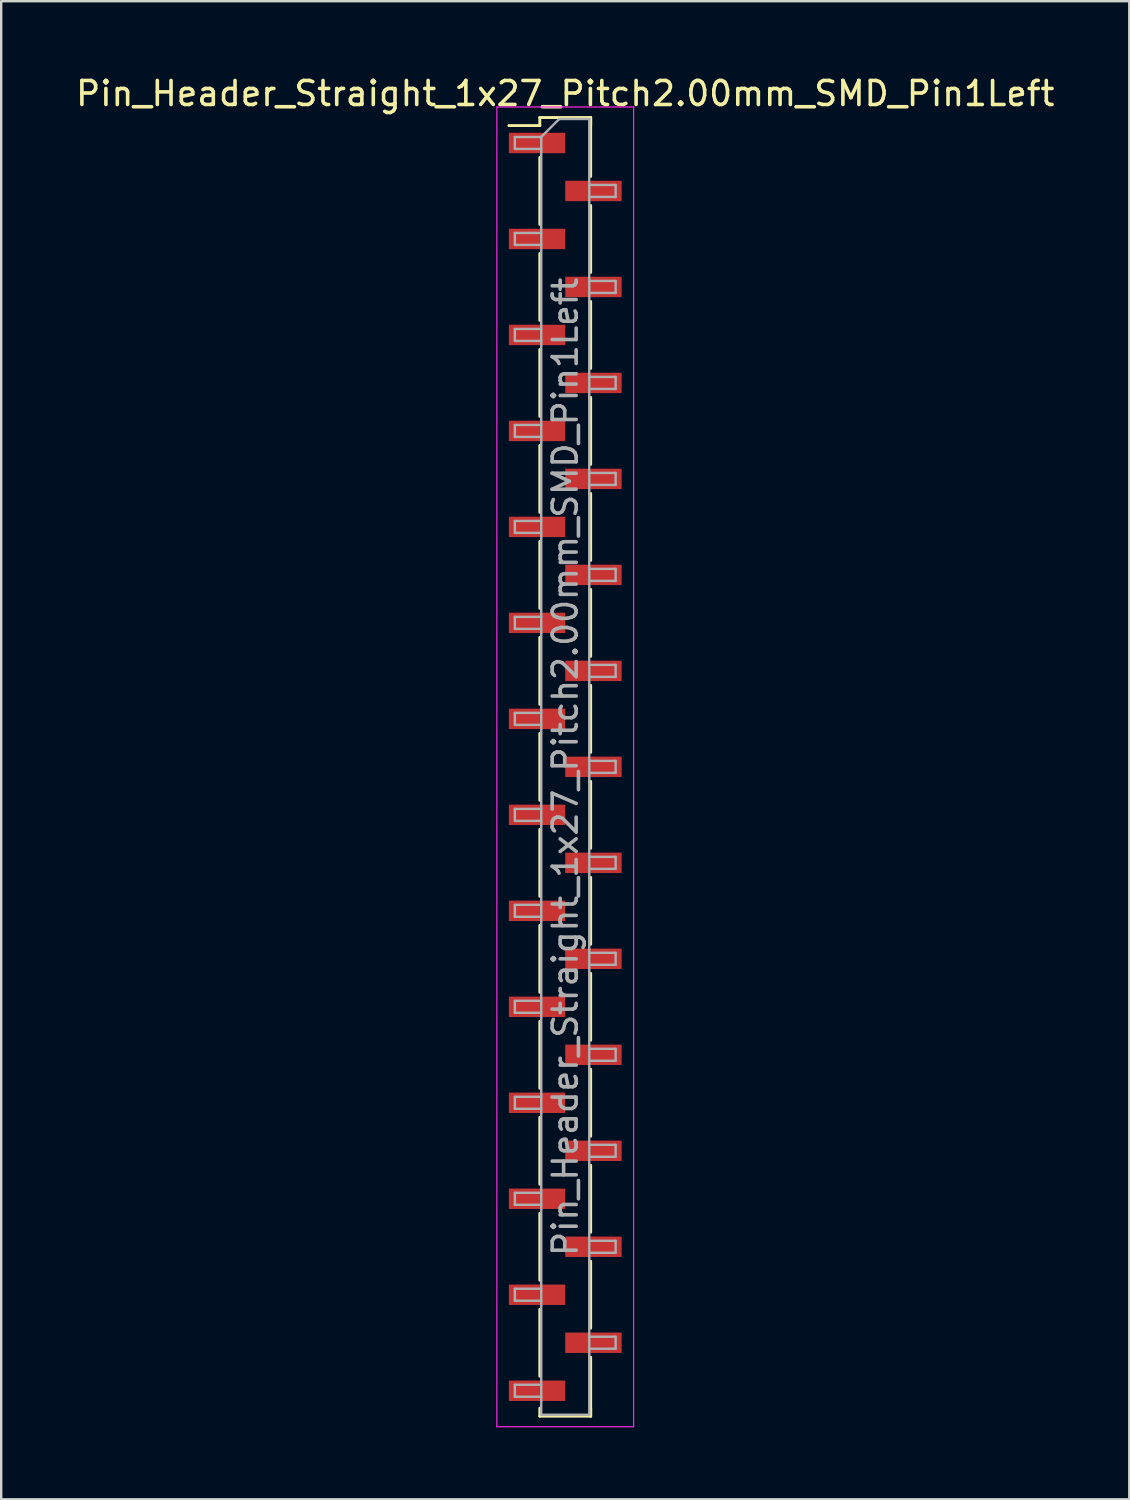
<source format=kicad_pcb>
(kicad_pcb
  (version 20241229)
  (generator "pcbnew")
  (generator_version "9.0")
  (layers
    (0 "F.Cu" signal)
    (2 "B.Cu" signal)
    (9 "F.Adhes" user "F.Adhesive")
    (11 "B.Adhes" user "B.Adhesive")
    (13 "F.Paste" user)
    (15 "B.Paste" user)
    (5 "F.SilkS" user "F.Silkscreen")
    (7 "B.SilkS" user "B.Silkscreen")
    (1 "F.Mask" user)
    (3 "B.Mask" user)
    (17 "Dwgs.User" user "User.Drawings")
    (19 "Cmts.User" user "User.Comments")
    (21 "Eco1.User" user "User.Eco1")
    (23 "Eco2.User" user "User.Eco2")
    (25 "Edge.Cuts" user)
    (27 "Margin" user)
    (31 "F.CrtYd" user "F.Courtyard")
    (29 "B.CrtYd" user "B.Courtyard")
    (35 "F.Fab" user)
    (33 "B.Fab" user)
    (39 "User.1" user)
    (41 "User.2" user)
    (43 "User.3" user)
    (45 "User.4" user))
  (footprint "Pin_Header_Straight_1x27_Pitch2.00mm_SMD_Pin1Left"
    (layer "F.Cu")
    (at 20.506 28.908)
    (property "Reference" "Pin_Header_Straight_1x27_Pitch2.00mm_SMD_Pin1Left" (at 0 -28.06 0) (layer "F.SilkS") (effects (font (size 1 1) (thickness 0.15))))
    (attr smd)
    (fp_line (start -1.06 -27.06) (end 1.06 -27.06) (stroke (width 0.12) (type solid)) (layer "F.SilkS"))
    (fp_line (start -1.06 -26.725) (end -2.35 -26.725) (stroke (width 0.12) (type solid)) (layer "F.SilkS"))
    (fp_line (start -1.06 -26.725) (end -1.06 -27.06) (stroke (width 0.12) (type solid)) (layer "F.SilkS"))
    (fp_line (start -1.06 -25.395) (end -1.06 -22.605) (stroke (width 0.12) (type solid)) (layer "F.SilkS"))
    (fp_line (start -1.06 -21.395) (end -1.06 -18.605) (stroke (width 0.12) (type solid)) (layer "F.SilkS"))
    (fp_line (start -1.06 -17.395) (end -1.06 -14.605) (stroke (width 0.12) (type solid)) (layer "F.SilkS"))
    (fp_line (start -1.06 -13.395) (end -1.06 -10.605) (stroke (width 0.12) (type solid)) (layer "F.SilkS"))
    (fp_line (start -1.06 -9.395) (end -1.06 -6.605) (stroke (width 0.12) (type solid)) (layer "F.SilkS"))
    (fp_line (start -1.06 -5.395) (end -1.06 -2.605) (stroke (width 0.12) (type solid)) (layer "F.SilkS"))
    (fp_line (start -1.06 -1.395) (end -1.06 1.395) (stroke (width 0.12) (type solid)) (layer "F.SilkS"))
    (fp_line (start -1.06 2.605) (end -1.06 5.395) (stroke (width 0.12) (type solid)) (layer "F.SilkS"))
    (fp_line (start -1.06 6.605) (end -1.06 9.395) (stroke (width 0.12) (type solid)) (layer "F.SilkS"))
    (fp_line (start -1.06 10.605) (end -1.06 13.395) (stroke (width 0.12) (type solid)) (layer "F.SilkS"))
    (fp_line (start -1.06 14.605) (end -1.06 17.395) (stroke (width 0.12) (type solid)) (layer "F.SilkS"))
    (fp_line (start -1.06 18.605) (end -1.06 21.395) (stroke (width 0.12) (type solid)) (layer "F.SilkS"))
    (fp_line (start -1.06 22.605) (end -1.06 25.395) (stroke (width 0.12) (type solid)) (layer "F.SilkS"))
    (fp_line (start -1.06 26.725) (end -1.06 27.06) (stroke (width 0.12) (type solid)) (layer "F.SilkS"))
    (fp_line (start -1.06 27.06) (end 1.06 27.06) (stroke (width 0.12) (type solid)) (layer "F.SilkS"))
    (fp_line (start 1.06 -27.06) (end 1.06 -26.725) (stroke (width 0.12) (type solid)) (layer "F.SilkS"))
    (fp_line (start 1.06 -27.06) (end 1.06 -24.605) (stroke (width 0.12) (type solid)) (layer "F.SilkS"))
    (fp_line (start 1.06 -23.395) (end 1.06 -20.605) (stroke (width 0.12) (type solid)) (layer "F.SilkS"))
    (fp_line (start 1.06 -19.395) (end 1.06 -16.605) (stroke (width 0.12) (type solid)) (layer "F.SilkS"))
    (fp_line (start 1.06 -15.395) (end 1.06 -12.605) (stroke (width 0.12) (type solid)) (layer "F.SilkS"))
    (fp_line (start 1.06 -11.395) (end 1.06 -8.605) (stroke (width 0.12) (type solid)) (layer "F.SilkS"))
    (fp_line (start 1.06 -7.395) (end 1.06 -4.605) (stroke (width 0.12) (type solid)) (layer "F.SilkS"))
    (fp_line (start 1.06 -3.395) (end 1.06 -0.605) (stroke (width 0.12) (type solid)) (layer "F.SilkS"))
    (fp_line (start 1.06 0.605) (end 1.06 3.395) (stroke (width 0.12) (type solid)) (layer "F.SilkS"))
    (fp_line (start 1.06 4.605) (end 1.06 7.395) (stroke (width 0.12) (type solid)) (layer "F.SilkS"))
    (fp_line (start 1.06 8.605) (end 1.06 11.395) (stroke (width 0.12) (type solid)) (layer "F.SilkS"))
    (fp_line (start 1.06 12.605) (end 1.06 15.395) (stroke (width 0.12) (type solid)) (layer "F.SilkS"))
    (fp_line (start 1.06 16.605) (end 1.06 19.395) (stroke (width 0.12) (type solid)) (layer "F.SilkS"))
    (fp_line (start 1.06 20.605) (end 1.06 23.395) (stroke (width 0.12) (type solid)) (layer "F.SilkS"))
    (fp_line (start 1.06 24.605) (end 1.06 27.06) (stroke (width 0.12) (type solid)) (layer "F.SilkS"))
    (fp_line (start 1.06 27.06) (end 1.06 26.725) (stroke (width 0.12) (type solid)) (layer "F.SilkS"))
    (fp_line (start -2.85 -27.5) (end -2.85 27.5) (stroke (width 0.05) (type solid)) (layer "F.CrtYd"))
    (fp_line (start -2.85 27.5) (end 2.85 27.5) (stroke (width 0.05) (type solid)) (layer "F.CrtYd"))
    (fp_line (start 2.85 -27.5) (end -2.85 -27.5) (stroke (width 0.05) (type solid)) (layer "F.CrtYd"))
    (fp_line (start 2.85 27.5) (end 2.85 -27.5) (stroke (width 0.05) (type solid)) (layer "F.CrtYd"))
    (fp_line (start -2.1 -26.25) (end -2.1 -25.75) (stroke (width 0.1) (type solid)) (layer "F.Fab"))
    (fp_line (start -2.1 -25.75) (end -1 -25.75) (stroke (width 0.1) (type solid)) (layer "F.Fab"))
    (fp_line (start -2.1 -22.25) (end -2.1 -21.75) (stroke (width 0.1) (type solid)) (layer "F.Fab"))
    (fp_line (start -2.1 -21.75) (end -1 -21.75) (stroke (width 0.1) (type solid)) (layer "F.Fab"))
    (fp_line (start -2.1 -18.25) (end -2.1 -17.75) (stroke (width 0.1) (type solid)) (layer "F.Fab"))
    (fp_line (start -2.1 -17.75) (end -1 -17.75) (stroke (width 0.1) (type solid)) (layer "F.Fab"))
    (fp_line (start -2.1 -14.25) (end -2.1 -13.75) (stroke (width 0.1) (type solid)) (layer "F.Fab"))
    (fp_line (start -2.1 -13.75) (end -1 -13.75) (stroke (width 0.1) (type solid)) (layer "F.Fab"))
    (fp_line (start -2.1 -10.25) (end -2.1 -9.75) (stroke (width 0.1) (type solid)) (layer "F.Fab"))
    (fp_line (start -2.1 -9.75) (end -1 -9.75) (stroke (width 0.1) (type solid)) (layer "F.Fab"))
    (fp_line (start -2.1 -6.25) (end -2.1 -5.75) (stroke (width 0.1) (type solid)) (layer "F.Fab"))
    (fp_line (start -2.1 -5.75) (end -1 -5.75) (stroke (width 0.1) (type solid)) (layer "F.Fab"))
    (fp_line (start -2.1 -2.25) (end -2.1 -1.75) (stroke (width 0.1) (type solid)) (layer "F.Fab"))
    (fp_line (start -2.1 -1.75) (end -1 -1.75) (stroke (width 0.1) (type solid)) (layer "F.Fab"))
    (fp_line (start -2.1 1.75) (end -2.1 2.25) (stroke (width 0.1) (type solid)) (layer "F.Fab"))
    (fp_line (start -2.1 2.25) (end -1 2.25) (stroke (width 0.1) (type solid)) (layer "F.Fab"))
    (fp_line (start -2.1 5.75) (end -2.1 6.25) (stroke (width 0.1) (type solid)) (layer "F.Fab"))
    (fp_line (start -2.1 6.25) (end -1 6.25) (stroke (width 0.1) (type solid)) (layer "F.Fab"))
    (fp_line (start -2.1 9.75) (end -2.1 10.25) (stroke (width 0.1) (type solid)) (layer "F.Fab"))
    (fp_line (start -2.1 10.25) (end -1 10.25) (stroke (width 0.1) (type solid)) (layer "F.Fab"))
    (fp_line (start -2.1 13.75) (end -2.1 14.25) (stroke (width 0.1) (type solid)) (layer "F.Fab"))
    (fp_line (start -2.1 14.25) (end -1 14.25) (stroke (width 0.1) (type solid)) (layer "F.Fab"))
    (fp_line (start -2.1 17.75) (end -2.1 18.25) (stroke (width 0.1) (type solid)) (layer "F.Fab"))
    (fp_line (start -2.1 18.25) (end -1 18.25) (stroke (width 0.1) (type solid)) (layer "F.Fab"))
    (fp_line (start -2.1 21.75) (end -2.1 22.25) (stroke (width 0.1) (type solid)) (layer "F.Fab"))
    (fp_line (start -2.1 22.25) (end -1 22.25) (stroke (width 0.1) (type solid)) (layer "F.Fab"))
    (fp_line (start -2.1 25.75) (end -2.1 26.25) (stroke (width 0.1) (type solid)) (layer "F.Fab"))
    (fp_line (start -2.1 26.25) (end -1 26.25) (stroke (width 0.1) (type solid)) (layer "F.Fab"))
    (fp_line (start -1 -26.25) (end -2.1 -26.25) (stroke (width 0.1) (type solid)) (layer "F.Fab"))
    (fp_line (start -1 -26.25) (end -0.25 -27) (stroke (width 0.1) (type solid)) (layer "F.Fab"))
    (fp_line (start -1 -22.25) (end -2.1 -22.25) (stroke (width 0.1) (type solid)) (layer "F.Fab"))
    (fp_line (start -1 -18.25) (end -2.1 -18.25) (stroke (width 0.1) (type solid)) (layer "F.Fab"))
    (fp_line (start -1 -14.25) (end -2.1 -14.25) (stroke (width 0.1) (type solid)) (layer "F.Fab"))
    (fp_line (start -1 -10.25) (end -2.1 -10.25) (stroke (width 0.1) (type solid)) (layer "F.Fab"))
    (fp_line (start -1 -6.25) (end -2.1 -6.25) (stroke (width 0.1) (type solid)) (layer "F.Fab"))
    (fp_line (start -1 -2.25) (end -2.1 -2.25) (stroke (width 0.1) (type solid)) (layer "F.Fab"))
    (fp_line (start -1 1.75) (end -2.1 1.75) (stroke (width 0.1) (type solid)) (layer "F.Fab"))
    (fp_line (start -1 5.75) (end -2.1 5.75) (stroke (width 0.1) (type solid)) (layer "F.Fab"))
    (fp_line (start -1 9.75) (end -2.1 9.75) (stroke (width 0.1) (type solid)) (layer "F.Fab"))
    (fp_line (start -1 13.75) (end -2.1 13.75) (stroke (width 0.1) (type solid)) (layer "F.Fab"))
    (fp_line (start -1 17.75) (end -2.1 17.75) (stroke (width 0.1) (type solid)) (layer "F.Fab"))
    (fp_line (start -1 21.75) (end -2.1 21.75) (stroke (width 0.1) (type solid)) (layer "F.Fab"))
    (fp_line (start -1 25.75) (end -2.1 25.75) (stroke (width 0.1) (type solid)) (layer "F.Fab"))
    (fp_line (start -1 27) (end -1 -26.25) (stroke (width 0.1) (type solid)) (layer "F.Fab"))
    (fp_line (start -0.25 -27) (end 1 -27) (stroke (width 0.1) (type solid)) (layer "F.Fab"))
    (fp_line (start 1 -27) (end 1 27) (stroke (width 0.1) (type solid)) (layer "F.Fab"))
    (fp_line (start 1 -24.25) (end 2.1 -24.25) (stroke (width 0.1) (type solid)) (layer "F.Fab"))
    (fp_line (start 1 -20.25) (end 2.1 -20.25) (stroke (width 0.1) (type solid)) (layer "F.Fab"))
    (fp_line (start 1 -16.25) (end 2.1 -16.25) (stroke (width 0.1) (type solid)) (layer "F.Fab"))
    (fp_line (start 1 -12.25) (end 2.1 -12.25) (stroke (width 0.1) (type solid)) (layer "F.Fab"))
    (fp_line (start 1 -8.25) (end 2.1 -8.25) (stroke (width 0.1) (type solid)) (layer "F.Fab"))
    (fp_line (start 1 -4.25) (end 2.1 -4.25) (stroke (width 0.1) (type solid)) (layer "F.Fab"))
    (fp_line (start 1 -0.25) (end 2.1 -0.25) (stroke (width 0.1) (type solid)) (layer "F.Fab"))
    (fp_line (start 1 3.75) (end 2.1 3.75) (stroke (width 0.1) (type solid)) (layer "F.Fab"))
    (fp_line (start 1 7.75) (end 2.1 7.75) (stroke (width 0.1) (type solid)) (layer "F.Fab"))
    (fp_line (start 1 11.75) (end 2.1 11.75) (stroke (width 0.1) (type solid)) (layer "F.Fab"))
    (fp_line (start 1 15.75) (end 2.1 15.75) (stroke (width 0.1) (type solid)) (layer "F.Fab"))
    (fp_line (start 1 19.75) (end 2.1 19.75) (stroke (width 0.1) (type solid)) (layer "F.Fab"))
    (fp_line (start 1 23.75) (end 2.1 23.75) (stroke (width 0.1) (type solid)) (layer "F.Fab"))
    (fp_line (start 1 27) (end -1 27) (stroke (width 0.1) (type solid)) (layer "F.Fab"))
    (fp_line (start 2.1 -24.25) (end 2.1 -23.75) (stroke (width 0.1) (type solid)) (layer "F.Fab"))
    (fp_line (start 2.1 -23.75) (end 1 -23.75) (stroke (width 0.1) (type solid)) (layer "F.Fab"))
    (fp_line (start 2.1 -20.25) (end 2.1 -19.75) (stroke (width 0.1) (type solid)) (layer "F.Fab"))
    (fp_line (start 2.1 -19.75) (end 1 -19.75) (stroke (width 0.1) (type solid)) (layer "F.Fab"))
    (fp_line (start 2.1 -16.25) (end 2.1 -15.75) (stroke (width 0.1) (type solid)) (layer "F.Fab"))
    (fp_line (start 2.1 -15.75) (end 1 -15.75) (stroke (width 0.1) (type solid)) (layer "F.Fab"))
    (fp_line (start 2.1 -12.25) (end 2.1 -11.75) (stroke (width 0.1) (type solid)) (layer "F.Fab"))
    (fp_line (start 2.1 -11.75) (end 1 -11.75) (stroke (width 0.1) (type solid)) (layer "F.Fab"))
    (fp_line (start 2.1 -8.25) (end 2.1 -7.75) (stroke (width 0.1) (type solid)) (layer "F.Fab"))
    (fp_line (start 2.1 -7.75) (end 1 -7.75) (stroke (width 0.1) (type solid)) (layer "F.Fab"))
    (fp_line (start 2.1 -4.25) (end 2.1 -3.75) (stroke (width 0.1) (type solid)) (layer "F.Fab"))
    (fp_line (start 2.1 -3.75) (end 1 -3.75) (stroke (width 0.1) (type solid)) (layer "F.Fab"))
    (fp_line (start 2.1 -0.25) (end 2.1 0.25) (stroke (width 0.1) (type solid)) (layer "F.Fab"))
    (fp_line (start 2.1 0.25) (end 1 0.25) (stroke (width 0.1) (type solid)) (layer "F.Fab"))
    (fp_line (start 2.1 3.75) (end 2.1 4.25) (stroke (width 0.1) (type solid)) (layer "F.Fab"))
    (fp_line (start 2.1 4.25) (end 1 4.25) (stroke (width 0.1) (type solid)) (layer "F.Fab"))
    (fp_line (start 2.1 7.75) (end 2.1 8.25) (stroke (width 0.1) (type solid)) (layer "F.Fab"))
    (fp_line (start 2.1 8.25) (end 1 8.25) (stroke (width 0.1) (type solid)) (layer "F.Fab"))
    (fp_line (start 2.1 11.75) (end 2.1 12.25) (stroke (width 0.1) (type solid)) (layer "F.Fab"))
    (fp_line (start 2.1 12.25) (end 1 12.25) (stroke (width 0.1) (type solid)) (layer "F.Fab"))
    (fp_line (start 2.1 15.75) (end 2.1 16.25) (stroke (width 0.1) (type solid)) (layer "F.Fab"))
    (fp_line (start 2.1 16.25) (end 1 16.25) (stroke (width 0.1) (type solid)) (layer "F.Fab"))
    (fp_line (start 2.1 19.75) (end 2.1 20.25) (stroke (width 0.1) (type solid)) (layer "F.Fab"))
    (fp_line (start 2.1 20.25) (end 1 20.25) (stroke (width 0.1) (type solid)) (layer "F.Fab"))
    (fp_line (start 2.1 23.75) (end 2.1 24.25) (stroke (width 0.1) (type solid)) (layer "F.Fab"))
    (fp_line (start 2.1 24.25) (end 1 24.25) (stroke (width 0.1) (type solid)) (layer "F.Fab"))
    (fp_text user "${REFERENCE}" (at 0 0 90) (layer "F.Fab") (effects (font (size 1 1) (thickness 0.15))))
    (pad "1" smd rect (at -1.175 -26) (size 2.35 0.85) (layers "F.Cu" "F.Mask" "F.Paste"))
    (pad "2" smd rect (at 1.175 -24) (size 2.35 0.85) (layers "F.Cu" "F.Mask" "F.Paste"))
    (pad "3" smd rect (at -1.175 -22) (size 2.35 0.85) (layers "F.Cu" "F.Mask" "F.Paste"))
    (pad "4" smd rect (at 1.175 -20) (size 2.35 0.85) (layers "F.Cu" "F.Mask" "F.Paste"))
    (pad "5" smd rect (at -1.175 -18) (size 2.35 0.85) (layers "F.Cu" "F.Mask" "F.Paste"))
    (pad "6" smd rect (at 1.175 -16) (size 2.35 0.85) (layers "F.Cu" "F.Mask" "F.Paste"))
    (pad "7" smd rect (at -1.175 -14) (size 2.35 0.85) (layers "F.Cu" "F.Mask" "F.Paste"))
    (pad "8" smd rect (at 1.175 -12) (size 2.35 0.85) (layers "F.Cu" "F.Mask" "F.Paste"))
    (pad "9" smd rect (at -1.175 -10) (size 2.35 0.85) (layers "F.Cu" "F.Mask" "F.Paste"))
    (pad "10" smd rect (at 1.175 -8) (size 2.35 0.85) (layers "F.Cu" "F.Mask" "F.Paste"))
    (pad "11" smd rect (at -1.175 -6) (size 2.35 0.85) (layers "F.Cu" "F.Mask" "F.Paste"))
    (pad "12" smd rect (at 1.175 -4) (size 2.35 0.85) (layers "F.Cu" "F.Mask" "F.Paste"))
    (pad "13" smd rect (at -1.175 -2) (size 2.35 0.85) (layers "F.Cu" "F.Mask" "F.Paste"))
    (pad "14" smd rect (at 1.175 0) (size 2.35 0.85) (layers "F.Cu" "F.Mask" "F.Paste"))
    (pad "15" smd rect (at -1.175 2) (size 2.35 0.85) (layers "F.Cu" "F.Mask" "F.Paste"))
    (pad "16" smd rect (at 1.175 4) (size 2.35 0.85) (layers "F.Cu" "F.Mask" "F.Paste"))
    (pad "17" smd rect (at -1.175 6) (size 2.35 0.85) (layers "F.Cu" "F.Mask" "F.Paste"))
    (pad "18" smd rect (at 1.175 8) (size 2.35 0.85) (layers "F.Cu" "F.Mask" "F.Paste"))
    (pad "19" smd rect (at -1.175 10) (size 2.35 0.85) (layers "F.Cu" "F.Mask" "F.Paste"))
    (pad "20" smd rect (at 1.175 12) (size 2.35 0.85) (layers "F.Cu" "F.Mask" "F.Paste"))
    (pad "21" smd rect (at -1.175 14) (size 2.35 0.85) (layers "F.Cu" "F.Mask" "F.Paste"))
    (pad "22" smd rect (at 1.175 16) (size 2.35 0.85) (layers "F.Cu" "F.Mask" "F.Paste"))
    (pad "23" smd rect (at -1.175 18) (size 2.35 0.85) (layers "F.Cu" "F.Mask" "F.Paste"))
    (pad "24" smd rect (at 1.175 20) (size 2.35 0.85) (layers "F.Cu" "F.Mask" "F.Paste"))
    (pad "25" smd rect (at -1.175 22) (size 2.35 0.85) (layers "F.Cu" "F.Mask" "F.Paste"))
    (pad "26" smd rect (at 1.175 24) (size 2.35 0.85) (layers "F.Cu" "F.Mask" "F.Paste"))
    (pad "27" smd rect (at -1.175 26) (size 2.35 0.85) (layers "F.Cu" "F.Mask" "F.Paste")))
  (gr_rect
    (start -3 -3)
    (end 44.012 59.433)
    (stroke (width 0.1) (type default))
    (fill no)
    (layer "Edge.Cuts")))
</source>
